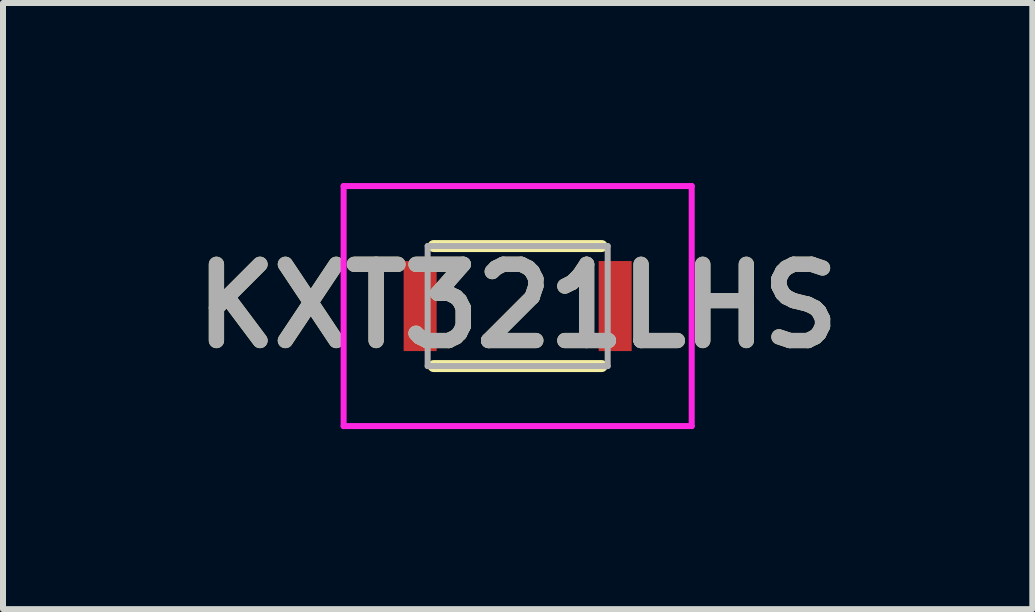
<source format=kicad_pcb>
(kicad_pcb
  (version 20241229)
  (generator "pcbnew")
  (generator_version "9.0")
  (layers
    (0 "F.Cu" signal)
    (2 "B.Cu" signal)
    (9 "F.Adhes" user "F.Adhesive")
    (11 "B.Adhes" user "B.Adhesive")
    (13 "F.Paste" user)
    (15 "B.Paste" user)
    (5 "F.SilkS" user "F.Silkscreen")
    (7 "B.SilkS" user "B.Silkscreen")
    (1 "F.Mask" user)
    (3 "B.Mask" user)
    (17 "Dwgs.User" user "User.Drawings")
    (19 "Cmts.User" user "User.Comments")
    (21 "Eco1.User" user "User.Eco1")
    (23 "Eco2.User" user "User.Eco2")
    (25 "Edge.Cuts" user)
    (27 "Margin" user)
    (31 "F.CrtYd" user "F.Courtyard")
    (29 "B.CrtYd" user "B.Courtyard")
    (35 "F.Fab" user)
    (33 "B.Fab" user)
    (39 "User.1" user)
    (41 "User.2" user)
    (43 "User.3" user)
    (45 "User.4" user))
  (footprint "KXT321LHS"
    (layer "F.Cu")
    (at 5.576 2.05)
    (property "Reference" "KXT321LHS" (at 0 0 0) (layer "F.SilkS") (effects (font (size 1.27 1.27) (thickness 0.254))))
    (attr smd)
    (fp_line (start -1.4 -1) (end 1.4 -1) (stroke (width 0.2) (type solid)) (layer "F.SilkS"))
    (fp_line (start -1.4 1) (end 1.4 1) (stroke (width 0.2) (type solid)) (layer "F.SilkS"))
    (fp_line (start -2.9 -2) (end 2.9 -2) (stroke (width 0.1) (type solid)) (layer "F.CrtYd"))
    (fp_line (start -2.9 2) (end -2.9 -2) (stroke (width 0.1) (type solid)) (layer "F.CrtYd"))
    (fp_line (start 2.9 -2) (end 2.9 2) (stroke (width 0.1) (type solid)) (layer "F.CrtYd"))
    (fp_line (start 2.9 2) (end -2.9 2) (stroke (width 0.1) (type solid)) (layer "F.CrtYd"))
    (fp_line (start -1.5 -1) (end 1.5 -1) (stroke (width 0.1) (type solid)) (layer "F.Fab"))
    (fp_line (start -1.5 1) (end -1.5 -1) (stroke (width 0.1) (type solid)) (layer "F.Fab"))
    (fp_line (start 1.5 -1) (end 1.5 1) (stroke (width 0.1) (type solid)) (layer "F.Fab"))
    (fp_line (start 1.5 1) (end -1.5 1) (stroke (width 0.1) (type solid)) (layer "F.Fab"))
    (fp_text user "${REFERENCE}" (at 0 0 0) (layer "F.Fab") (effects (font (size 1.27 1.27) (thickness 0.254))))
    (pad "1" smd rect (at -1.625 0) (size 0.55 1.5) (layers "F.Cu" "F.Mask" "F.Paste"))
    (pad "2" smd rect (at 1.625 0) (size 0.55 1.5) (layers "F.Cu" "F.Mask" "F.Paste")))
  (gr_rect
    (start -3 -3)
    (end 14.152 7.1)
    (stroke (width 0.1) (type default))
    (fill no)
    (layer "Edge.Cuts")))
</source>
